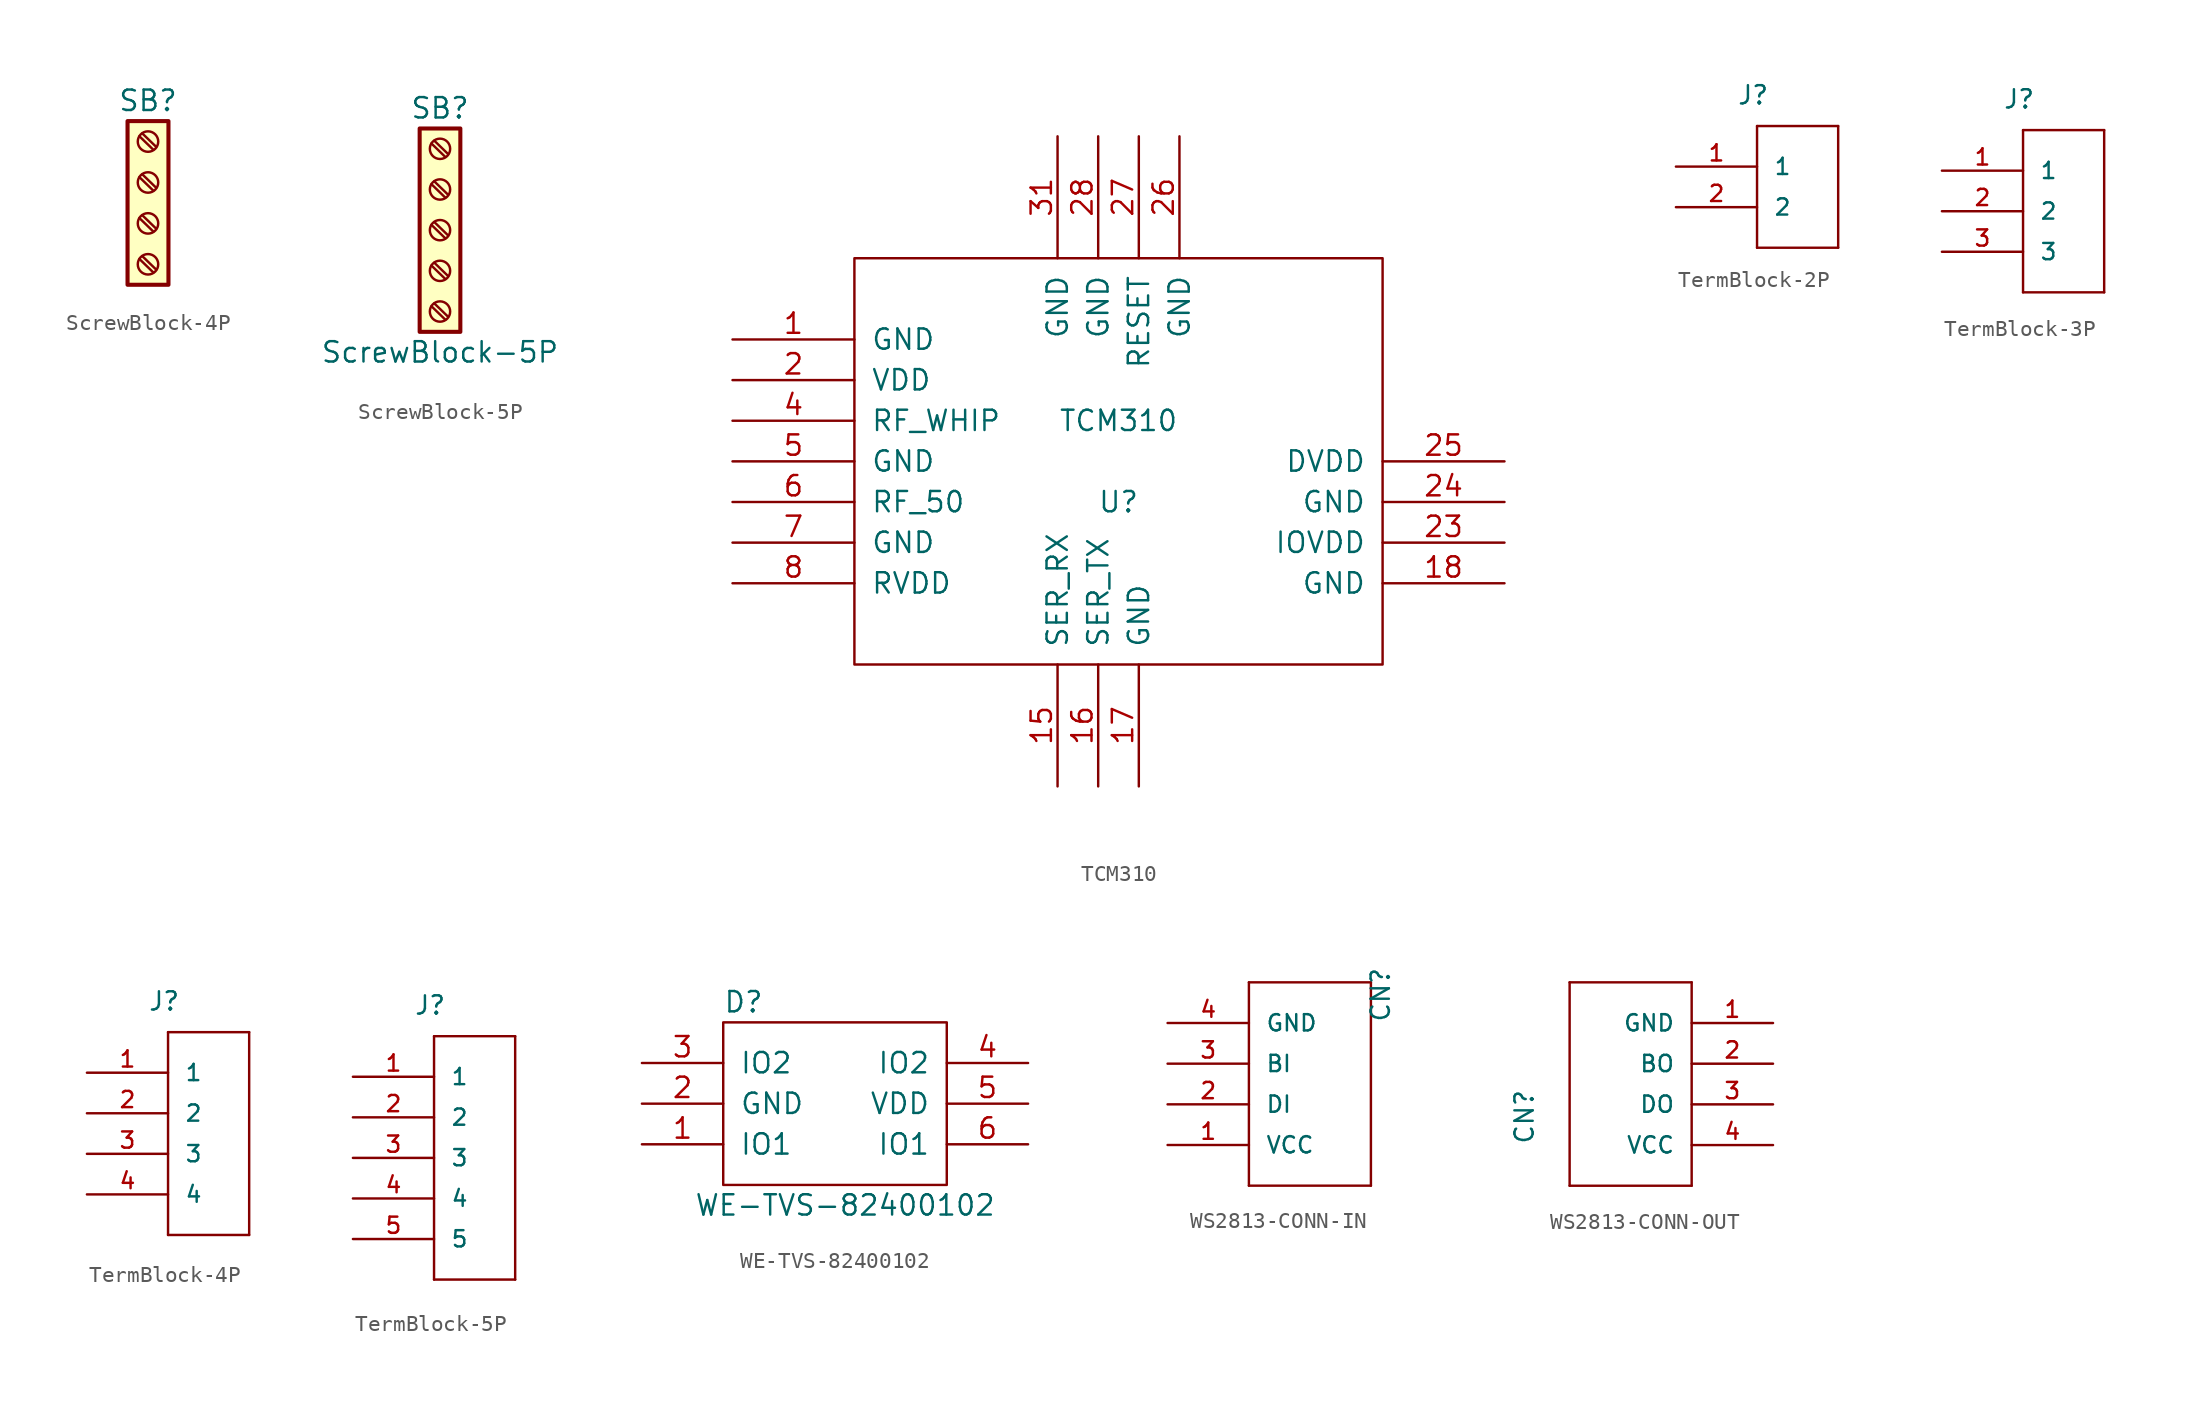
<source format=kicad_sym>
(kicad_symbol_lib
  (version 20220914)
  (generator kicad_symbol_editor)
  (symbol "ScrewBlock-4P"
    (pin_names
      (offset 1.016) hide)
    (property "Reference" "SB"
      (at 0 5.08 0)
      (effects (font (size 1.27 1.27))))
    (symbol "ScrewBlock-4P_1_1"
      (rectangle (start -1.27 3.81) (end 1.27 -6.35) (stroke (width 0.254) (type default)) (fill (type background)))
      (circle (center 0 -5.08) (radius 0.635) (stroke (width 0.152) (type default)) (fill (type none)))
      (circle (center 0 -2.54) (radius 0.635) (stroke (width 0.152) (type default)) (fill (type none)))
      (polyline (pts (xy -0.533 -4.75) (xy 0.33 -5.588)) (stroke (width 0.152) (type default)) (fill (type none)))
      (polyline (pts (xy -0.533 -2.21) (xy 0.33 -3.048)) (stroke (width 0.152) (type default)) (fill (type none)))
      (polyline (pts (xy -0.533 0.33) (xy 0.33 -0.508)) (stroke (width 0.152) (type default)) (fill (type none)))
      (polyline (pts (xy -0.533 2.87) (xy 0.33 2.032)) (stroke (width 0.152) (type default)) (fill (type none)))
      (polyline (pts (xy -0.356 -4.572) (xy 0.508 -5.41)) (stroke (width 0.152) (type default)) (fill (type none)))
      (polyline (pts (xy -0.356 -2.032) (xy 0.508 -2.87)) (stroke (width 0.152) (type default)) (fill (type none)))
      (polyline (pts (xy -0.356 0.508) (xy 0.508 -0.33)) (stroke (width 0.152) (type default)) (fill (type none)))
      (polyline (pts (xy -0.356 3.048) (xy 0.508 2.21)) (stroke (width 0.152) (type default)) (fill (type none)))
      (circle (center 0 0) (radius 0.635) (stroke (width 0.152) (type default)) (fill (type none)))
      (circle (center 0 2.54) (radius 0.635) (stroke (width 0.152) (type default)) (fill (type none)))))
  (symbol "ScrewBlock-5P"
    (pin_names
      (offset 1.016) hide)
    (property "Reference" "SB"
      (at 0 7.62 0)
      (effects (font (size 1.27 1.27))))
    (property "Value" "ScrewBlock-5P"
      (at 0 -7.62 0)
      (effects (font (size 1.27 1.27))))
    (symbol "ScrewBlock-5P_1_1"
      (rectangle (start -1.27 6.35) (end 1.27 -6.35) (stroke (width 0.254) (type default)) (fill (type background)))
      (circle (center 0 -5.08) (radius 0.635) (stroke (width 0.152) (type default)) (fill (type none)))
      (circle (center 0 -2.54) (radius 0.635) (stroke (width 0.152) (type default)) (fill (type none)))
      (polyline (pts (xy -0.533 -4.75) (xy 0.33 -5.588)) (stroke (width 0.152) (type default)) (fill (type none)))
      (polyline (pts (xy -0.533 -2.21) (xy 0.33 -3.048)) (stroke (width 0.152) (type default)) (fill (type none)))
      (polyline (pts (xy -0.533 0.33) (xy 0.33 -0.508)) (stroke (width 0.152) (type default)) (fill (type none)))
      (polyline (pts (xy -0.533 2.87) (xy 0.33 2.032)) (stroke (width 0.152) (type default)) (fill (type none)))
      (polyline (pts (xy -0.533 5.41) (xy 0.33 4.572)) (stroke (width 0.152) (type default)) (fill (type none)))
      (polyline (pts (xy -0.356 -4.572) (xy 0.508 -5.41)) (stroke (width 0.152) (type default)) (fill (type none)))
      (polyline (pts (xy -0.356 -2.032) (xy 0.508 -2.87)) (stroke (width 0.152) (type default)) (fill (type none)))
      (polyline (pts (xy -0.356 0.508) (xy 0.508 -0.33)) (stroke (width 0.152) (type default)) (fill (type none)))
      (polyline (pts (xy -0.356 3.048) (xy 0.508 2.21)) (stroke (width 0.152) (type default)) (fill (type none)))
      (polyline (pts (xy -0.356 5.588) (xy 0.508 4.75)) (stroke (width 0.152) (type default)) (fill (type none)))
      (circle (center 0 0) (radius 0.635) (stroke (width 0.152) (type default)) (fill (type none)))
      (circle (center 0 2.54) (radius 0.635) (stroke (width 0.152) (type default)) (fill (type none)))
      (circle (center 0 5.08) (radius 0.635) (stroke (width 0.152) (type default)) (fill (type none)))))
  (symbol "TCM310"
    (pin_names
      (offset 1.016))
    (property "Reference" "U"
      (at 0 -2.54 0)
      (effects (font (size 1.27 1.27))))
    (property "Value" "TCM310"
      (at 0 2.54 0)
      (effects (font (size 1.27 1.27))))
    (symbol "TCM310_1_0"
      (rectangle (start -16.51 -12.7) (end 16.51 12.7) (stroke (width 0) (type default)) (fill (type none))))
    (symbol "TCM310_1_1"
      (pin power_in line (at -24.13 7.62 0) (length 7.62) (name "GND" (effects (font (size 1.27 1.27)))) (number "1" (effects (font (size 1.27 1.27)))))
      (pin input line (at -3.81 -20.32 90) (length 7.62) (name "SER_RX" (effects (font (size 1.27 1.27)))) (number "15" (effects (font (size 1.27 1.27)))))
      (pin output line (at -1.27 -20.32 90) (length 7.62) (name "SER_TX" (effects (font (size 1.27 1.27)))) (number "16" (effects (font (size 1.27 1.27)))))
      (pin power_in line (at 1.27 -20.32 90) (length 7.62) (name "GND" (effects (font (size 1.27 1.27)))) (number "17" (effects (font (size 1.27 1.27)))))
      (pin power_in line (at 24.13 -7.62 180) (length 7.62) (name "GND" (effects (font (size 1.27 1.27)))) (number "18" (effects (font (size 1.27 1.27)))))
      (pin power_in line (at -24.13 5.08 0) (length 7.62) (name "VDD" (effects (font (size 1.27 1.27)))) (number "2" (effects (font (size 1.27 1.27)))))
      (pin power_in line (at 24.13 -5.08 180) (length 7.62) (name "IOVDD" (effects (font (size 1.27 1.27)))) (number "23" (effects (font (size 1.27 1.27)))))
      (pin power_in line (at 24.13 -2.54 180) (length 7.62) (name "GND" (effects (font (size 1.27 1.27)))) (number "24" (effects (font (size 1.27 1.27)))))
      (pin power_in line (at 24.13 0 180) (length 7.62) (name "DVDD" (effects (font (size 1.27 1.27)))) (number "25" (effects (font (size 1.27 1.27)))))
      (pin power_in line (at 3.81 20.32 270) (length 7.62) (name "GND" (effects (font (size 1.27 1.27)))) (number "26" (effects (font (size 1.27 1.27)))))
      (pin input line (at 1.27 20.32 270) (length 7.62) (name "RESET" (effects (font (size 1.27 1.27)))) (number "27" (effects (font (size 1.27 1.27)))))
      (pin power_in line (at -1.27 20.32 270) (length 7.62) (name "GND" (effects (font (size 1.27 1.27)))) (number "28" (effects (font (size 1.27 1.27)))))
      (pin power_in line (at -3.81 20.32 270) (length 7.62) (name "GND" (effects (font (size 1.27 1.27)))) (number "31" (effects (font (size 1.27 1.27)))))
      (pin bidirectional line (at -24.13 2.54 0) (length 7.62) (name "RF_WHIP" (effects (font (size 1.27 1.27)))) (number "4" (effects (font (size 1.27 1.27)))))
      (pin power_in line (at -24.13 0 0) (length 7.62) (name "GND" (effects (font (size 1.27 1.27)))) (number "5" (effects (font (size 1.27 1.27)))))
      (pin bidirectional line (at -24.13 -2.54 0) (length 7.62) (name "RF_50" (effects (font (size 1.27 1.27)))) (number "6" (effects (font (size 1.27 1.27)))))
      (pin power_in line (at -24.13 -5.08 0) (length 7.62) (name "GND" (effects (font (size 1.27 1.27)))) (number "7" (effects (font (size 1.27 1.27)))))
      (pin power_in line (at -24.13 -7.62 0) (length 7.62) (name "RVDD" (effects (font (size 1.27 1.27)))) (number "8" (effects (font (size 1.27 1.27)))))))
  (symbol "TermBlock-2P"
    (pin_names
      (offset 1.016))
    (property "Reference" "J"
      (at -3.81 3.81 0)
      (effects (font (size 1.143 1.143)) (justify left bottom)))
    (property "ki_locked" ""
      (at 0 0 0)
      (effects (font (size 1.27 1.27))))
    (symbol "TermBlock-2P_1_0"
      (polyline (pts (xy -2.54 -5.08) (xy 2.54 -5.08)) (stroke (width 0) (type default)) (fill (type none)))
      (polyline (pts (xy -2.54 2.54) (xy -2.54 -5.08)) (stroke (width 0) (type default)) (fill (type none)))
      (polyline (pts (xy 2.54 -5.08) (xy 2.54 2.54)) (stroke (width 0) (type default)) (fill (type none)))
      (polyline (pts (xy 2.54 2.54) (xy -2.54 2.54)) (stroke (width 0) (type default)) (fill (type none))))
    (symbol "TermBlock-2P_1_1"
      (pin passive line (at -7.62 0 0) (length 5.08) (name "1" (effects (font (size 1.016 1.016)))) (number "1" (effects (font (size 1.016 1.016)))))
      (pin passive line (at -7.62 -2.54 0) (length 5.08) (name "2" (effects (font (size 1.016 1.016)))) (number "2" (effects (font (size 1.016 1.016)))))))
  (symbol "TermBlock-3P"
    (pin_names
      (offset 1.016))
    (property "Reference" "J"
      (at -3.81 3.81 0)
      (effects (font (size 1.143 1.143)) (justify left bottom)))
    (symbol "TermBlock-3P_1_0"
      (polyline (pts (xy -2.54 -7.62) (xy 2.54 -7.62)) (stroke (width 0) (type default)) (fill (type none)))
      (polyline (pts (xy -2.54 2.54) (xy -2.54 -7.62)) (stroke (width 0) (type default)) (fill (type none)))
      (polyline (pts (xy 2.54 -7.62) (xy 2.54 2.54)) (stroke (width 0) (type default)) (fill (type none)))
      (polyline (pts (xy 2.54 2.54) (xy -2.54 2.54)) (stroke (width 0) (type default)) (fill (type none))))
    (symbol "TermBlock-3P_1_1"
      (pin passive line (at -7.62 0 0) (length 5.08) (name "1" (effects (font (size 1.016 1.016)))) (number "1" (effects (font (size 1.016 1.016)))))
      (pin passive line (at -7.62 -2.54 0) (length 5.08) (name "2" (effects (font (size 1.016 1.016)))) (number "2" (effects (font (size 1.016 1.016)))))
      (pin passive line (at -7.62 -5.08 0) (length 5.08) (name "3" (effects (font (size 1.016 1.016)))) (number "3" (effects (font (size 1.016 1.016)))))))
  (symbol "TermBlock-4P"
    (pin_names
      (offset 1.016))
    (property "Reference" "J"
      (at -3.81 3.81 0)
      (effects (font (size 1.143 1.143)) (justify left bottom)))
    (property "ki_locked" ""
      (at 0 0 0)
      (effects (font (size 1.27 1.27))))
    (symbol "TermBlock-4P_1_0"
      (polyline (pts (xy -2.54 -10.16) (xy 2.54 -10.16)) (stroke (width 0) (type default)) (fill (type none)))
      (polyline (pts (xy -2.54 2.54) (xy -2.54 -10.16)) (stroke (width 0) (type default)) (fill (type none)))
      (polyline (pts (xy 2.54 -10.16) (xy 2.54 2.54)) (stroke (width 0) (type default)) (fill (type none)))
      (polyline (pts (xy 2.54 2.54) (xy -2.54 2.54)) (stroke (width 0) (type default)) (fill (type none))))
    (symbol "TermBlock-4P_1_1"
      (pin passive line (at -7.62 0 0) (length 5.08) (name "1" (effects (font (size 1.016 1.016)))) (number "1" (effects (font (size 1.016 1.016)))))
      (pin passive line (at -7.62 -2.54 0) (length 5.08) (name "2" (effects (font (size 1.016 1.016)))) (number "2" (effects (font (size 1.016 1.016)))))
      (pin passive line (at -7.62 -5.08 0) (length 5.08) (name "3" (effects (font (size 1.016 1.016)))) (number "3" (effects (font (size 1.016 1.016)))))
      (pin passive line (at -7.62 -7.62 0) (length 5.08) (name "4" (effects (font (size 1.016 1.016)))) (number "4" (effects (font (size 1.016 1.016)))))))
  (symbol "TermBlock-5P"
    (pin_names
      (offset 1.016))
    (property "Reference" "J"
      (at -3.81 3.81 0)
      (effects (font (size 1.143 1.143)) (justify left bottom)))
    (symbol "TermBlock-5P_1_0"
      (polyline (pts (xy -2.54 -12.7) (xy 2.54 -12.7)) (stroke (width 0) (type default)) (fill (type none)))
      (polyline (pts (xy -2.54 2.54) (xy -2.54 -12.7)) (stroke (width 0) (type default)) (fill (type none)))
      (polyline (pts (xy 2.54 -12.7) (xy 2.54 2.54)) (stroke (width 0) (type default)) (fill (type none)))
      (polyline (pts (xy 2.54 2.54) (xy -2.54 2.54)) (stroke (width 0) (type default)) (fill (type none))))
    (symbol "TermBlock-5P_1_1"
      (pin passive line (at -7.62 0 0) (length 5.08) (name "1" (effects (font (size 1.016 1.016)))) (number "1" (effects (font (size 1.016 1.016)))))
      (pin passive line (at -7.62 -2.54 0) (length 5.08) (name "2" (effects (font (size 1.016 1.016)))) (number "2" (effects (font (size 1.016 1.016)))))
      (pin passive line (at -7.62 -5.08 0) (length 5.08) (name "3" (effects (font (size 1.016 1.016)))) (number "3" (effects (font (size 1.016 1.016)))))
      (pin passive line (at -7.62 -7.62 0) (length 5.08) (name "4" (effects (font (size 1.016 1.016)))) (number "4" (effects (font (size 1.016 1.016)))))
      (pin passive line (at -7.62 -10.16 0) (length 5.08) (name "5" (effects (font (size 1.016 1.016)))) (number "5" (effects (font (size 1.016 1.016)))))))
  (symbol "WE-TVS-82400102"
    (pin_names
      (offset 1.016))
    (property "Reference" "D"
      (at -5.08 6.35 0)
      (effects (font (size 1.27 1.27))))
    (property "Value" "WE-TVS-82400102"
      (at 1.27 -6.35 0)
      (effects (font (size 1.27 1.27))))
    (symbol "WE-TVS-82400102_0_0"
      (pin passive line (at -11.43 -2.54 0) (length 5.08) (name "IO1" (effects (font (size 1.27 1.27)))) (number "1" (effects (font (size 1.27 1.27)))))
      (pin power_in line (at -11.43 0 0) (length 5.08) (name "GND" (effects (font (size 1.27 1.27)))) (number "2" (effects (font (size 1.27 1.27)))))
      (pin passive line (at -11.43 2.54 0) (length 5.08) (name "IO2" (effects (font (size 1.27 1.27)))) (number "3" (effects (font (size 1.27 1.27)))))
      (pin passive line (at 12.7 2.54 180) (length 5.08) (name "IO2" (effects (font (size 1.27 1.27)))) (number "4" (effects (font (size 1.27 1.27)))))
      (pin power_in line (at 12.7 0 180) (length 5.08) (name "VDD" (effects (font (size 1.27 1.27)))) (number "5" (effects (font (size 1.27 1.27)))))
      (pin passive line (at 12.7 -2.54 180) (length 5.08) (name "IO1" (effects (font (size 1.27 1.27)))) (number "6" (effects (font (size 1.27 1.27))))))
    (symbol "WE-TVS-82400102_0_1"
      (rectangle (start -6.35 -5.08) (end 7.62 5.08) (stroke (width 0) (type default)) (fill (type none)))))
  (symbol "WS2813-CONN-IN"
    (pin_names
      (offset 1.016))
    (property "Reference" "CN"
      (at 13.97 0 90)
      (effects (font (size 1.143 1.143)) (justify left bottom)))
    (property "ki_locked" ""
      (at 0 0 0)
      (effects (font (size 1.27 1.27))))
    (symbol "WS2813-CONN-IN_1_0"
      (polyline (pts (xy 5.08 -10.16) (xy 12.7 -10.16)) (stroke (width 0) (type default)) (fill (type none)))
      (polyline (pts (xy 5.08 2.54) (xy 5.08 -10.16)) (stroke (width 0) (type default)) (fill (type none)))
      (polyline (pts (xy 12.7 -10.16) (xy 12.7 2.54)) (stroke (width 0) (type default)) (fill (type none)))
      (polyline (pts (xy 12.7 2.54) (xy 5.08 2.54)) (stroke (width 0) (type default)) (fill (type none))))
    (symbol "WS2813-CONN-IN_1_1"
      (pin bidirectional line (at 0 -7.62 0) (length 5.08) (name "VCC" (effects (font (size 1.016 1.016)))) (number "1" (effects (font (size 1.016 1.016)))))
      (pin bidirectional line (at 0 -5.08 0) (length 5.08) (name "DI" (effects (font (size 1.016 1.016)))) (number "2" (effects (font (size 1.016 1.016)))))
      (pin bidirectional line (at 0 -2.54 0) (length 5.08) (name "BI" (effects (font (size 1.016 1.016)))) (number "3" (effects (font (size 1.016 1.016)))))
      (pin bidirectional line (at 0 0 0) (length 5.08) (name "GND" (effects (font (size 1.016 1.016)))) (number "4" (effects (font (size 1.016 1.016)))))))
  (symbol "WS2813-CONN-OUT"
    (pin_names
      (offset 1.016))
    (property "Reference" "CN"
      (at -14.859 -7.62 90)
      (effects (font (size 1.143 1.143)) (justify left bottom)))
    (property "ki_locked" ""
      (at 0 0 0)
      (effects (font (size 1.27 1.27))))
    (symbol "WS2813-CONN-OUT_1_0"
      (polyline (pts (xy -12.7 -10.16) (xy -12.7 2.54)) (stroke (width 0) (type default)) (fill (type none)))
      (polyline (pts (xy -12.7 2.54) (xy -5.08 2.54)) (stroke (width 0) (type default)) (fill (type none)))
      (polyline (pts (xy -5.08 -10.16) (xy -12.7 -10.16)) (stroke (width 0) (type default)) (fill (type none)))
      (polyline (pts (xy -5.08 2.54) (xy -5.08 -10.16)) (stroke (width 0) (type default)) (fill (type none))))
    (symbol "WS2813-CONN-OUT_1_1"
      (pin bidirectional line (at 0 0 180) (length 5.08) (name "GND" (effects (font (size 1.016 1.016)))) (number "1" (effects (font (size 1.016 1.016)))))
      (pin bidirectional line (at 0 -2.54 180) (length 5.08) (name "BO" (effects (font (size 1.016 1.016)))) (number "2" (effects (font (size 1.016 1.016)))))
      (pin bidirectional line (at 0 -5.08 180) (length 5.08) (name "DO" (effects (font (size 1.016 1.016)))) (number "3" (effects (font (size 1.016 1.016)))))
      (pin bidirectional line (at 0 -7.62 180) (length 5.08) (name "VCC" (effects (font (size 1.016 1.016)))) (number "4" (effects (font (size 1.016 1.016))))))))
</source>
